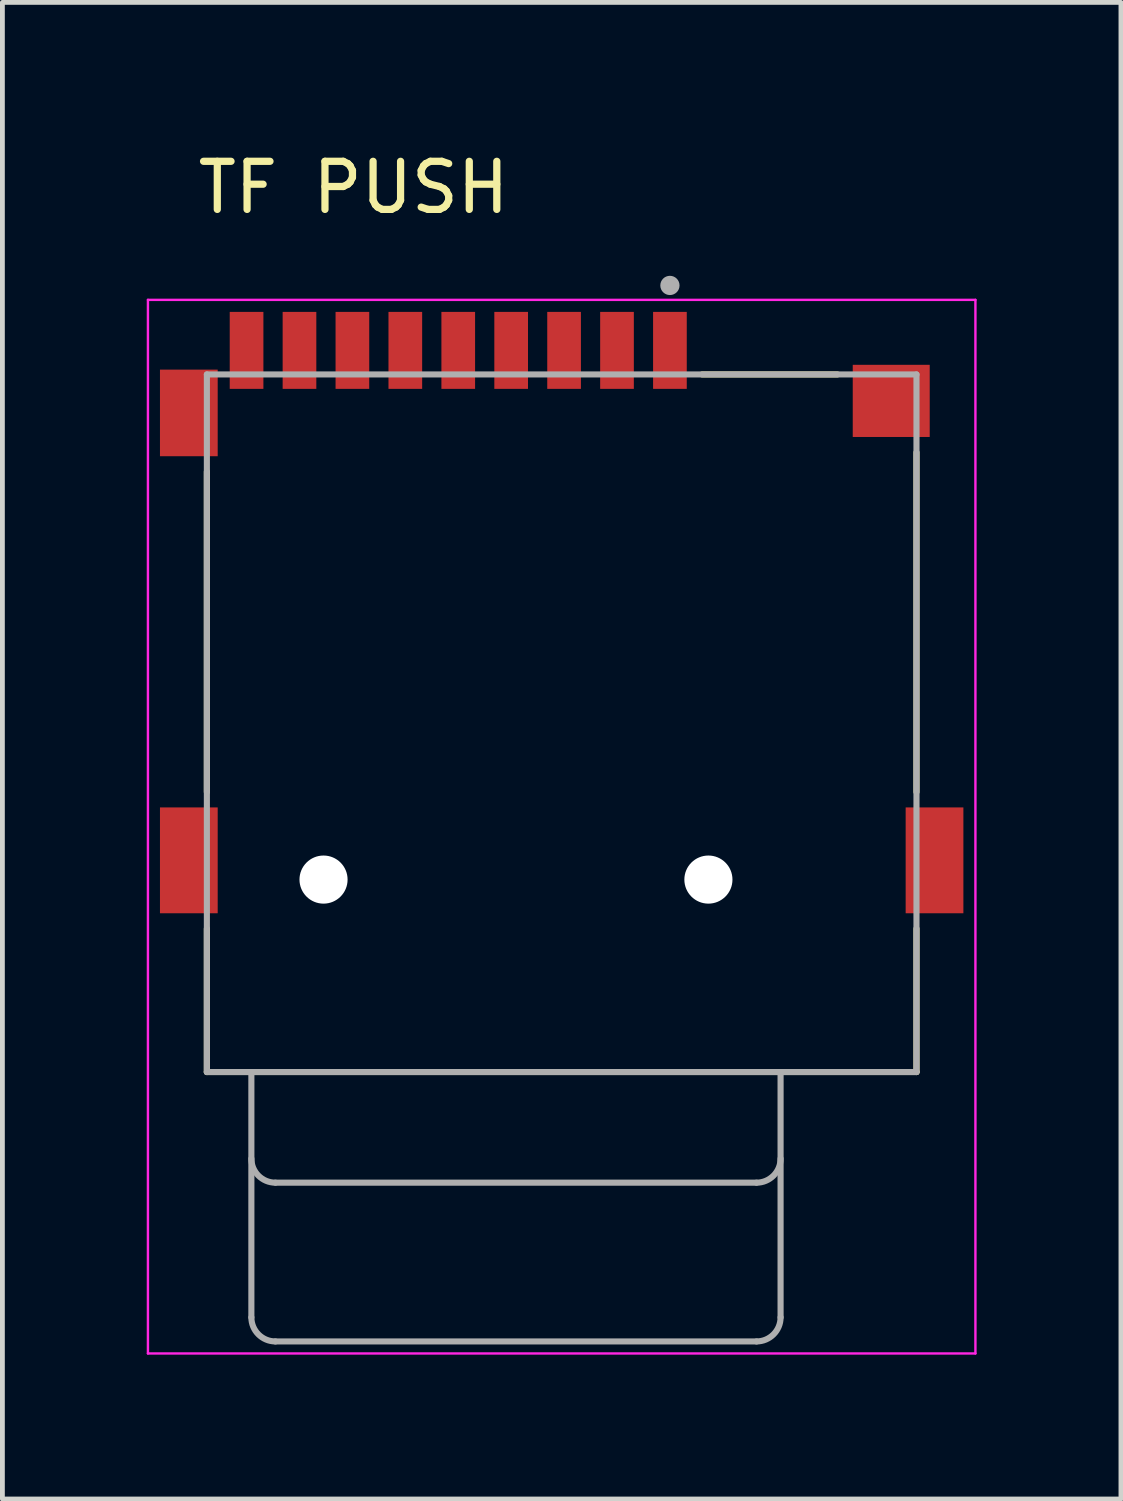
<source format=kicad_pcb>
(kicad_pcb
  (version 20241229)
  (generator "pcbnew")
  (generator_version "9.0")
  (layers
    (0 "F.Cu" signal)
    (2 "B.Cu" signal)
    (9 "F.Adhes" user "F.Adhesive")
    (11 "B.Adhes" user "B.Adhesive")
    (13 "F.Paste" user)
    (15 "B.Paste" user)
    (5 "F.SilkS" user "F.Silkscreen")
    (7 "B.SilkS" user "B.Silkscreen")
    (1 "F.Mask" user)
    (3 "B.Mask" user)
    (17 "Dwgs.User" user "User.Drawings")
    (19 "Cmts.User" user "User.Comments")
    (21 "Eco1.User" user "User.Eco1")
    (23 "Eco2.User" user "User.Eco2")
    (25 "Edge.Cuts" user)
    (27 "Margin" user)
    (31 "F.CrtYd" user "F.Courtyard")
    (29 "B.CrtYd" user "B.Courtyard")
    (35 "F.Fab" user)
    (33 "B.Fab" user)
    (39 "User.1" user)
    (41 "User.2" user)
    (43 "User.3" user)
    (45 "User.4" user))
  (footprint "TF PUSH"
    (layer "F.Cu")
    (at 8.625 11.983)
    (property "Reference" "TF PUSH" (at -4.325 -11.135 0) (layer "F.SilkS") (effects (font (size 1 1) (thickness 0.15))))
    (attr smd)
    (fp_line (start -7.375 -5.23) (end -7.375 1.43) (stroke (width 0.127) (type solid)) (layer "F.SilkS"))
    (fp_line (start -7.375 4.27) (end -7.375 7.25) (stroke (width 0.127) (type solid)) (layer "F.SilkS"))
    (fp_line (start -7.375 7.25) (end 7.375 7.25) (stroke (width 0.127) (type solid)) (layer "F.SilkS"))
    (fp_line (start 5.73 -7.25) (end 2.92 -7.25) (stroke (width 0.127) (type solid)) (layer "F.SilkS"))
    (fp_line (start 7.375 -5.63) (end 7.375 1.43) (stroke (width 0.127) (type solid)) (layer "F.SilkS"))
    (fp_line (start 7.375 4.27) (end 7.375 7.25) (stroke (width 0.127) (type solid)) (layer "F.SilkS"))
    (fp_line (start -8.6 -8.8) (end 8.6 -8.8) (stroke (width 0.05) (type solid)) (layer "F.CrtYd"))
    (fp_line (start -8.6 13.1) (end -8.6 -8.8) (stroke (width 0.05) (type solid)) (layer "F.CrtYd"))
    (fp_line (start 8.6 -8.8) (end 8.6 13.1) (stroke (width 0.05) (type solid)) (layer "F.CrtYd"))
    (fp_line (start 8.6 13.1) (end -8.6 13.1) (stroke (width 0.05) (type solid)) (layer "F.CrtYd"))
    (fp_line (start -7.375 -7.25) (end -7.375 7.25) (stroke (width 0.127) (type solid)) (layer "F.Fab"))
    (fp_line (start -7.375 7.25) (end -6.45 7.25) (stroke (width 0.127) (type solid)) (layer "F.Fab"))
    (fp_line (start -6.45 7.25) (end -6.45 12.35) (stroke (width 0.127) (type solid)) (layer "F.Fab"))
    (fp_line (start -6.45 7.25) (end 4.55 7.25) (stroke (width 0.127) (type solid)) (layer "F.Fab"))
    (fp_line (start -5.95 9.55) (end 4.05 9.55) (stroke (width 0.127) (type solid)) (layer "F.Fab"))
    (fp_line (start -5.95 12.85) (end 4.05 12.85) (stroke (width 0.127) (type solid)) (layer "F.Fab"))
    (fp_line (start 4.55 7.25) (end 7.375 7.25) (stroke (width 0.127) (type solid)) (layer "F.Fab"))
    (fp_line (start 4.55 12.35) (end 4.55 7.25) (stroke (width 0.127) (type solid)) (layer "F.Fab"))
    (fp_line (start 7.375 -7.25) (end -7.375 -7.25) (stroke (width 0.127) (type solid)) (layer "F.Fab"))
    (fp_line (start 7.375 7.25) (end 7.375 -7.25) (stroke (width 0.127) (type solid)) (layer "F.Fab"))
    (fp_arc (start -5.95 9.55) (mid -6.303553 9.403553) (end -6.45 9.05) (stroke (width 0.127) (type solid)) (layer "F.Fab"))
    (fp_arc (start -5.95 12.85) (mid -6.303553 12.703553) (end -6.45 12.35) (stroke (width 0.127) (type solid)) (layer "F.Fab"))
    (fp_arc (start 4.55 9.05) (mid 4.403553 9.403553) (end 4.05 9.55) (stroke (width 0.127) (type solid)) (layer "F.Fab"))
    (fp_arc (start 4.55 12.35) (mid 4.403553 12.703553) (end 4.05 12.85) (stroke (width 0.127) (type solid)) (layer "F.Fab"))
    (fp_circle (center 2.25 -9.1) (end 2.35 -9.1) (stroke (width 0.2) (type solid)) (fill no) (layer "F.Fab"))
    (pad "" np_thru_hole circle (at -4.95 3.25) (size 1 1) (drill 1) (layers "*.Cu" "*.Mask"))
    (pad "" np_thru_hole circle (at 3.05 3.25) (size 1 1) (drill 1) (layers "*.Cu" "*.Mask"))
    (pad "1" smd rect (at 2.25 -7.75) (size 0.7 1.6) (layers "F.Cu" "F.Mask" "F.Paste"))
    (pad "2" smd rect (at 1.15 -7.75) (size 0.7 1.6) (layers "F.Cu" "F.Mask" "F.Paste"))
    (pad "3" smd rect (at 0.05 -7.75) (size 0.7 1.6) (layers "F.Cu" "F.Mask" "F.Paste"))
    (pad "4" smd rect (at -1.05 -7.75) (size 0.7 1.6) (layers "F.Cu" "F.Mask" "F.Paste"))
    (pad "5" smd rect (at -2.15 -7.75) (size 0.7 1.6) (layers "F.Cu" "F.Mask" "F.Paste"))
    (pad "6" smd rect (at -3.25 -7.75) (size 0.7 1.6) (layers "F.Cu" "F.Mask" "F.Paste"))
    (pad "7" smd rect (at -4.35 -7.75) (size 0.7 1.6) (layers "F.Cu" "F.Mask" "F.Paste"))
    (pad "8" smd rect (at -5.45 -7.75) (size 0.7 1.6) (layers "F.Cu" "F.Mask" "F.Paste"))
    (pad "9" smd rect (at -6.55 -7.75) (size 0.7 1.6) (layers "F.Cu" "F.Mask" "F.Paste"))
    (pad "10" smd rect (at -7.75 -6.45) (size 1.2 1.8) (layers "F.Cu" "F.Mask" "F.Paste"))
    (pad "10" smd rect (at -7.75 2.85) (size 1.2 2.2) (layers "F.Cu" "F.Mask" "F.Paste"))
    (pad "10" smd rect (at 6.85 -6.7) (size 1.6 1.5) (layers "F.Cu" "F.Mask" "F.Paste"))
    (pad "10" smd rect (at 7.75 2.85) (size 1.2 2.2) (layers "F.Cu" "F.Mask" "F.Paste")))
  (gr_rect
    (start -3 -3)
    (end 20.25 28.108)
    (stroke (width 0.1) (type default))
    (fill no)
    (layer "Edge.Cuts")))
</source>
